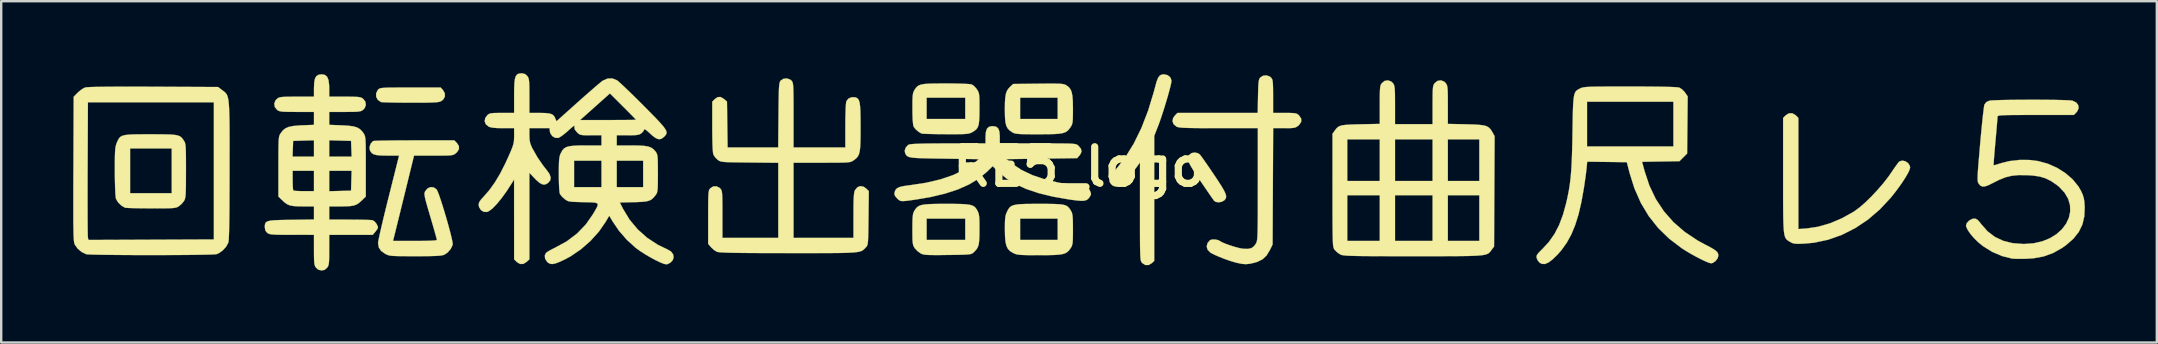
<source format=kicad_pcb>
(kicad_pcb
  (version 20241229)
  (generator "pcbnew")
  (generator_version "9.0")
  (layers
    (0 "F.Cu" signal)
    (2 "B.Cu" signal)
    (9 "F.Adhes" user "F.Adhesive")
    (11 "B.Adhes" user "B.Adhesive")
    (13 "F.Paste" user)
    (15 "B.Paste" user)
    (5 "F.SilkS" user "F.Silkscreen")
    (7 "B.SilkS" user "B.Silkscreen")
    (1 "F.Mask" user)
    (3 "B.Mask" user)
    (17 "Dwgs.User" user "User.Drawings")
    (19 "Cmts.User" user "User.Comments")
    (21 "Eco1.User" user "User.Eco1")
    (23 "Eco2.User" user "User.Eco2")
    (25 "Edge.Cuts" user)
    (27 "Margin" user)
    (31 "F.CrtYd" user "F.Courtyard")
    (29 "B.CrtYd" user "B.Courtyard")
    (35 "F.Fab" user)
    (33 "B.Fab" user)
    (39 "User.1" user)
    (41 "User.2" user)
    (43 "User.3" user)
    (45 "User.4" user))
  (footprint "RE5_logo"
    (layer "F.Cu")
    (at 41.909 3.899)
    (property "Reference" "RE5_logo" (at 0 0 0) (layer "F.SilkS") (effects (font (size 1.524 1.524) (thickness 0.3))))
    (attr through_hole)
    (fp_poly (pts (xy -26.508 -3.204) (xy -26.426 -3.066) (xy -26.422 -2.924) (xy -26.493 -2.799) (xy -26.588 -2.729) (xy -26.64 -2.71) (xy -26.719 -2.695) (xy -26.835 -2.684) (xy -26.998 -2.677) (xy -27.216 -2.672) (xy -27.499 -2.67) (xy -27.858 -2.67) (xy -27.864 -2.67) (xy -28.171 -2.672) (xy -28.452 -2.675) (xy -28.695 -2.679) (xy -28.889 -2.685) (xy -29.022 -2.691) (xy -29.082 -2.697) (xy -29.083 -2.697) (xy -29.213 -2.783) (xy -29.284 -2.911) (xy -29.289 -3.055) (xy -29.223 -3.193) (xy -29.208 -3.209) (xy -29.182 -3.236) (xy -29.15 -3.257) (xy -29.103 -3.273) (xy -29.033 -3.284) (xy -28.928 -3.292) (xy -28.781 -3.298) (xy -28.58 -3.3) (xy -28.317 -3.302) (xy -27.981 -3.302) (xy -27.861 -3.302) (xy -26.6 -3.302) (xy -26.508 -3.204)) (stroke (width 0.01) (type solid)) (fill yes) (layer "F.SilkS"))
    (fp_poly (pts (xy 4.957 -0.565) (xy 5.03 -0.516) (xy 5.075 -0.459) (xy 5.16 -0.343) (xy 5.275 -0.18) (xy 5.413 0.02) (xy 5.565 0.244) (xy 5.622 0.329) (xy 5.807 0.606) (xy 5.946 0.824) (xy 6.044 0.993) (xy 6.103 1.12) (xy 6.129 1.217) (xy 6.124 1.291) (xy 6.092 1.353) (xy 6.054 1.397) (xy 5.948 1.458) (xy 5.817 1.481) (xy 5.695 1.462) (xy 5.631 1.419) (xy 5.593 1.367) (xy 5.514 1.255) (xy 5.404 1.096) (xy 5.27 0.9) (xy 5.118 0.678) (xy 5.054 0.584) (xy 4.869 0.309) (xy 4.729 0.093) (xy 4.631 -0.074) (xy 4.569 -0.202) (xy 4.54 -0.3) (xy 4.54 -0.379) (xy 4.564 -0.447) (xy 4.596 -0.499) (xy 4.692 -0.571) (xy 4.824 -0.594) (xy 4.957 -0.565)) (stroke (width 0.01) (type solid)) (fill yes) (layer "F.SilkS"))
    (fp_poly (pts (xy 3.688 -3.819) (xy 3.799 -3.731) (xy 3.851 -3.607) (xy 3.852 -3.58) (xy 3.839 -3.489) (xy 3.804 -3.332) (xy 3.75 -3.127) (xy 3.682 -2.886) (xy 3.605 -2.627) (xy 3.523 -2.363) (xy 3.441 -2.111) (xy 3.364 -1.885) (xy 3.304 -1.724) (xy 3.133 -1.286) (xy 3.133 3.922) (xy 3.035 4.014) (xy 2.9 4.093) (xy 2.761 4.092) (xy 2.634 4.011) (xy 2.632 4.008) (xy 2.611 3.985) (xy 2.593 3.958) (xy 2.579 3.92) (xy 2.567 3.863) (xy 2.558 3.782) (xy 2.552 3.667) (xy 2.547 3.512) (xy 2.543 3.309) (xy 2.541 3.052) (xy 2.54 2.731) (xy 2.54 2.342) (xy 2.54 1.874) (xy 2.54 -0.182) (xy 2.407 0.004) (xy 2.264 0.193) (xy 2.108 0.38) (xy 1.955 0.549) (xy 1.817 0.685) (xy 1.71 0.772) (xy 1.686 0.787) (xy 1.542 0.829) (xy 1.415 0.791) (xy 1.334 0.72) (xy 1.274 0.629) (xy 1.265 0.532) (xy 1.308 0.415) (xy 1.409 0.266) (xy 1.53 0.121) (xy 1.926 -0.391) (xy 2.282 -0.968) (xy 2.599 -1.615) (xy 2.877 -2.332) (xy 3.118 -3.123) (xy 3.176 -3.344) (xy 3.237 -3.563) (xy 3.297 -3.711) (xy 3.365 -3.8) (xy 3.45 -3.843) (xy 3.541 -3.852) (xy 3.688 -3.819)) (stroke (width 0.01) (type solid)) (fill yes) (layer "F.SilkS"))
    (fp_poly (pts (xy -0.929 -3.464) (xy -0.789 -3.459) (xy -0.69 -3.449) (xy -0.619 -3.435) (xy -0.566 -3.415) (xy -0.526 -3.393) (xy -0.428 -3.32) (xy -0.356 -3.23) (xy -0.307 -3.11) (xy -0.275 -2.947) (xy -0.259 -2.727) (xy -0.254 -2.438) (xy -0.254 -2.406) (xy -0.255 -2.165) (xy -0.259 -1.992) (xy -0.268 -1.871) (xy -0.285 -1.786) (xy -0.312 -1.72) (xy -0.35 -1.656) (xy -0.357 -1.646) (xy -0.422 -1.558) (xy -0.489 -1.49) (xy -0.572 -1.439) (xy -0.679 -1.403) (xy -0.824 -1.379) (xy -1.016 -1.364) (xy -1.268 -1.357) (xy -1.589 -1.355) (xy -1.7 -1.355) (xy -2.01 -1.355) (xy -2.247 -1.358) (xy -2.424 -1.362) (xy -2.552 -1.371) (xy -2.643 -1.384) (xy -2.709 -1.402) (xy -2.761 -1.426) (xy -2.784 -1.439) (xy -2.897 -1.518) (xy -2.978 -1.606) (xy -3.034 -1.718) (xy -3.068 -1.869) (xy -3.085 -2.074) (xy -3.09 -2.346) (xy -3.09 -2.383) (xy -3.087 -2.666) (xy -3.074 -2.879) (xy -2.455 -2.879) (xy -2.455 -1.99) (xy -0.889 -1.99) (xy -0.889 -2.879) (xy -2.455 -2.879) (xy -3.074 -2.879) (xy -3.073 -2.88) (xy -3.047 -3.041) (xy -3.003 -3.163) (xy -2.939 -3.262) (xy -2.86 -3.344) (xy -2.745 -3.45) (xy -1.701 -3.462) (xy -1.374 -3.465) (xy -1.12 -3.466) (xy -0.929 -3.464)) (stroke (width 0.01) (type solid)) (fill yes) (layer "F.SilkS"))
    (fp_poly (pts (xy 29.855 -2.152) (xy 29.868 -2.14) (xy 29.972 -2.036) (xy 29.972 2.595) (xy 30.321 2.57) (xy 30.793 2.499) (xy 31.285 2.357) (xy 31.78 2.149) (xy 32.264 1.88) (xy 32.33 1.837) (xy 32.533 1.686) (xy 32.767 1.481) (xy 33.018 1.236) (xy 33.269 0.968) (xy 33.507 0.693) (xy 33.715 0.426) (xy 33.821 0.275) (xy 33.94 0.099) (xy 34.046 -0.051) (xy 34.127 -0.162) (xy 34.175 -0.218) (xy 34.179 -0.222) (xy 34.302 -0.257) (xy 34.433 -0.229) (xy 34.546 -0.151) (xy 34.617 -0.038) (xy 34.629 0.035) (xy 34.602 0.133) (xy 34.529 0.283) (xy 34.416 0.474) (xy 34.272 0.693) (xy 34.104 0.928) (xy 33.92 1.168) (xy 33.819 1.292) (xy 33.363 1.78) (xy 32.869 2.203) (xy 32.342 2.555) (xy 31.788 2.835) (xy 31.213 3.039) (xy 30.624 3.164) (xy 30.226 3.201) (xy 30.022 3.209) (xy 29.881 3.208) (xy 29.782 3.196) (xy 29.703 3.17) (xy 29.625 3.128) (xy 29.624 3.127) (xy 29.565 3.092) (xy 29.515 3.058) (xy 29.473 3.019) (xy 29.438 2.968) (xy 29.409 2.899) (xy 29.387 2.804) (xy 29.369 2.677) (xy 29.357 2.512) (xy 29.348 2.302) (xy 29.342 2.041) (xy 29.339 1.72) (xy 29.337 1.335) (xy 29.337 0.879) (xy 29.337 0.362) (xy 29.337 -2.036) (xy 29.441 -2.14) (xy 29.576 -2.227) (xy 29.718 -2.231) (xy 29.855 -2.152)) (stroke (width 0.01) (type solid)) (fill yes) (layer "F.SilkS"))
    (fp_poly (pts (xy -5.266 -3.47) (xy -5.005 -3.465) (xy -4.781 -3.458) (xy -4.607 -3.448) (xy -4.498 -3.437) (xy -4.472 -3.431) (xy -4.383 -3.372) (xy -4.287 -3.27) (xy -4.258 -3.231) (xy -4.216 -3.166) (xy -4.187 -3.103) (xy -4.167 -3.027) (xy -4.156 -2.922) (xy -4.15 -2.772) (xy -4.149 -2.561) (xy -4.149 -2.422) (xy -4.151 -2.136) (xy -4.161 -1.922) (xy -4.181 -1.764) (xy -4.218 -1.651) (xy -4.273 -1.567) (xy -4.352 -1.501) (xy -4.436 -1.449) (xy -4.495 -1.419) (xy -4.554 -1.395) (xy -4.628 -1.379) (xy -4.727 -1.368) (xy -4.864 -1.361) (xy -5.051 -1.358) (xy -5.301 -1.357) (xy -5.551 -1.358) (xy -5.829 -1.36) (xy -6.08 -1.364) (xy -6.292 -1.369) (xy -6.451 -1.375) (xy -6.544 -1.382) (xy -6.562 -1.385) (xy -6.685 -1.457) (xy -6.809 -1.564) (xy -6.888 -1.665) (xy -6.912 -1.756) (xy -6.929 -1.93) (xy -6.939 -2.184) (xy -6.941 -2.408) (xy -6.941 -2.661) (xy -6.937 -2.845) (xy -6.935 -2.879) (xy -6.35 -2.879) (xy -6.35 -1.99) (xy -4.741 -1.99) (xy -4.741 -2.879) (xy -6.35 -2.879) (xy -6.935 -2.879) (xy -6.928 -2.976) (xy -6.913 -3.068) (xy -6.889 -3.138) (xy -6.855 -3.201) (xy -6.854 -3.203) (xy -6.8 -3.283) (xy -6.743 -3.346) (xy -6.672 -3.393) (xy -6.577 -3.426) (xy -6.445 -3.449) (xy -6.267 -3.462) (xy -6.031 -3.469) (xy -5.726 -3.471) (xy -5.551 -3.471) (xy -5.266 -3.47)) (stroke (width 0.01) (type solid)) (fill yes) (layer "F.SilkS"))
    (fp_poly (pts (xy -1.309 1.546) (xy -1.042 1.55) (xy -0.838 1.559) (xy -0.686 1.576) (xy -0.574 1.603) (xy -0.493 1.643) (xy -0.431 1.698) (xy -0.376 1.77) (xy -0.337 1.833) (xy -0.304 1.896) (xy -0.282 1.97) (xy -0.267 2.072) (xy -0.258 2.216) (xy -0.255 2.418) (xy -0.254 2.608) (xy -0.255 2.857) (xy -0.259 3.036) (xy -0.267 3.163) (xy -0.283 3.252) (xy -0.307 3.319) (xy -0.342 3.379) (xy -0.35 3.391) (xy -0.415 3.48) (xy -0.484 3.549) (xy -0.569 3.6) (xy -0.681 3.637) (xy -0.831 3.661) (xy -1.03 3.675) (xy -1.291 3.681) (xy -1.623 3.683) (xy -1.651 3.683) (xy -1.954 3.682) (xy -2.186 3.68) (xy -2.359 3.675) (xy -2.486 3.666) (xy -2.579 3.652) (xy -2.653 3.632) (xy -2.719 3.605) (xy -2.746 3.591) (xy -2.87 3.517) (xy -2.96 3.425) (xy -3.023 3.302) (xy -3.062 3.135) (xy -3.083 2.91) (xy -3.089 2.615) (xy -3.089 2.606) (xy -3.088 2.369) (xy -3.081 2.198) (xy -3.077 2.159) (xy -2.455 2.159) (xy -2.455 3.048) (xy -0.889 3.048) (xy -0.889 2.159) (xy -2.455 2.159) (xy -3.077 2.159) (xy -3.067 2.072) (xy -3.043 1.975) (xy -3.006 1.886) (xy -3.001 1.875) (xy -2.951 1.778) (xy -2.898 1.703) (xy -2.831 1.645) (xy -2.74 1.604) (xy -2.615 1.576) (xy -2.445 1.558) (xy -2.22 1.549) (xy -1.928 1.546) (xy -1.649 1.545) (xy -1.309 1.546)) (stroke (width 0.01) (type solid)) (fill yes) (layer "F.SilkS"))
    (fp_poly (pts (xy -5.201 1.546) (xy -4.93 1.551) (xy -4.722 1.562) (xy -4.567 1.581) (xy -4.454 1.611) (xy -4.372 1.653) (xy -4.311 1.71) (xy -4.259 1.784) (xy -4.24 1.818) (xy -4.204 1.89) (xy -4.179 1.967) (xy -4.162 2.066) (xy -4.153 2.203) (xy -4.149 2.394) (xy -4.149 2.601) (xy -4.151 2.874) (xy -4.16 3.079) (xy -4.18 3.23) (xy -4.215 3.344) (xy -4.269 3.436) (xy -4.344 3.521) (xy -4.381 3.556) (xy -4.419 3.59) (xy -4.458 3.616) (xy -4.51 3.635) (xy -4.587 3.648) (xy -4.699 3.658) (xy -4.858 3.664) (xy -5.075 3.669) (xy -5.362 3.673) (xy -5.475 3.674) (xy -5.792 3.678) (xy -6.036 3.678) (xy -6.219 3.676) (xy -6.353 3.67) (xy -6.449 3.659) (xy -6.52 3.643) (xy -6.576 3.62) (xy -6.604 3.606) (xy -6.731 3.514) (xy -6.84 3.397) (xy -6.847 3.387) (xy -6.884 3.327) (xy -6.91 3.263) (xy -6.927 3.18) (xy -6.937 3.061) (xy -6.941 2.892) (xy -6.943 2.657) (xy -6.943 2.608) (xy -6.941 2.354) (xy -6.936 2.17) (xy -6.936 2.159) (xy -6.35 2.159) (xy -6.35 3.048) (xy -4.741 3.048) (xy -4.741 2.159) (xy -6.35 2.159) (xy -6.936 2.159) (xy -6.926 2.04) (xy -6.91 1.948) (xy -6.884 1.878) (xy -6.86 1.833) (xy -6.802 1.746) (xy -6.74 1.679) (xy -6.662 1.629) (xy -6.558 1.593) (xy -6.416 1.569) (xy -6.226 1.555) (xy -5.976 1.547) (xy -5.656 1.545) (xy -5.546 1.545) (xy -5.201 1.546)) (stroke (width 0.01) (type solid)) (fill yes) (layer "F.SilkS"))
    (fp_poly (pts (xy -38.684 -1.354) (xy -38.332 -1.353) (xy -38.054 -1.35) (xy -37.84 -1.343) (xy -37.679 -1.329) (xy -37.56 -1.307) (xy -37.474 -1.276) (xy -37.41 -1.232) (xy -37.358 -1.175) (xy -37.308 -1.104) (xy -37.279 -1.059) (xy -37.256 -1.012) (xy -37.239 -0.952) (xy -37.227 -0.869) (xy -37.219 -0.752) (xy -37.214 -0.59) (xy -37.212 -0.373) (xy -37.211 -0.09) (xy -37.211 0.165) (xy -37.212 0.506) (xy -37.213 0.772) (xy -37.217 0.975) (xy -37.223 1.126) (xy -37.232 1.235) (xy -37.246 1.313) (xy -37.264 1.37) (xy -37.288 1.417) (xy -37.295 1.429) (xy -37.393 1.549) (xy -37.513 1.648) (xy -37.518 1.651) (xy -37.566 1.678) (xy -37.622 1.698) (xy -37.697 1.713) (xy -37.801 1.723) (xy -37.947 1.729) (xy -38.145 1.732) (xy -38.407 1.733) (xy -38.672 1.732) (xy -38.959 1.73) (xy -39.22 1.727) (xy -39.443 1.722) (xy -39.614 1.716) (xy -39.721 1.709) (xy -39.751 1.705) (xy -39.904 1.615) (xy -40.037 1.485) (xy -40.123 1.343) (xy -40.131 1.318) (xy -40.143 1.232) (xy -40.154 1.076) (xy -40.163 0.863) (xy -40.17 0.609) (xy -40.174 0.327) (xy -40.174 0.177) (xy -40.174 -0.141) (xy -40.172 -0.387) (xy -40.167 -0.573) (xy -40.159 -0.712) (xy -40.153 -0.762) (xy -39.539 -0.762) (xy -39.539 1.101) (xy -37.804 1.101) (xy -37.804 -0.762) (xy -39.539 -0.762) (xy -40.153 -0.762) (xy -40.146 -0.817) (xy -40.128 -0.899) (xy -40.104 -0.972) (xy -40.084 -1.021) (xy -40.04 -1.116) (xy -39.996 -1.191) (xy -39.94 -1.249) (xy -39.863 -1.291) (xy -39.754 -1.32) (xy -39.604 -1.339) (xy -39.402 -1.349) (xy -39.138 -1.353) (xy -38.803 -1.354) (xy -38.684 -1.354)) (stroke (width 0.01) (type solid)) (fill yes) (layer "F.SilkS"))
    (fp_poly (pts (xy -39.177 -3.338) (xy -38.562 -3.336) (xy -35.871 -3.323) (xy -35.711 -3.201) (xy -35.651 -3.156) (xy -35.599 -3.115) (xy -35.554 -3.071) (xy -35.516 -3.019) (xy -35.485 -2.952) (xy -35.46 -2.865) (xy -35.439 -2.751) (xy -35.424 -2.604) (xy -35.412 -2.418) (xy -35.404 -2.187) (xy -35.398 -1.905) (xy -35.395 -1.565) (xy -35.394 -1.162) (xy -35.394 -0.69) (xy -35.395 -0.142) (xy -35.395 0.148) (xy -35.396 0.762) (xy -35.398 1.295) (xy -35.4 1.752) (xy -35.404 2.138) (xy -35.409 2.455) (xy -35.415 2.709) (xy -35.422 2.903) (xy -35.43 3.043) (xy -35.44 3.132) (xy -35.448 3.167) (xy -35.54 3.332) (xy -35.679 3.485) (xy -35.839 3.6) (xy -35.936 3.64) (xy -36.007 3.648) (xy -36.153 3.655) (xy -36.366 3.661) (xy -36.636 3.666) (xy -36.954 3.671) (xy -37.31 3.674) (xy -37.697 3.677) (xy -38.105 3.678) (xy -38.525 3.679) (xy -38.948 3.679) (xy -39.364 3.678) (xy -39.765 3.676) (xy -40.141 3.673) (xy -40.484 3.669) (xy -40.784 3.665) (xy -41.033 3.659) (xy -41.22 3.653) (xy -41.338 3.645) (xy -41.373 3.64) (xy -41.555 3.552) (xy -41.721 3.413) (xy -41.838 3.251) (xy -41.841 3.243) (xy -41.855 3.209) (xy -41.867 3.163) (xy -41.876 3.1) (xy -41.885 3.013) (xy -41.891 2.896) (xy -41.896 2.744) (xy -41.9 2.55) (xy -41.903 2.309) (xy -41.904 2.014) (xy -41.904 1.659) (xy -41.904 1.445) (xy -41.311 1.445) (xy -41.31 1.832) (xy -41.309 2.174) (xy -41.307 2.463) (xy -41.305 2.692) (xy -41.301 2.854) (xy -41.298 2.941) (xy -41.296 2.953) (xy -41.273 3.049) (xy -36.047 3.027) (xy -36.047 -2.688) (xy -41.296 -2.688) (xy -41.308 0.085) (xy -41.31 0.564) (xy -41.31 1.02) (xy -41.311 1.445) (xy -41.904 1.445) (xy -41.904 1.238) (xy -41.903 0.746) (xy -41.901 0.176) (xy -41.9 0.089) (xy -41.889 -2.917) (xy -41.72 -3.09) (xy -41.597 -3.196) (xy -41.468 -3.278) (xy -41.403 -3.305) (xy -41.324 -3.315) (xy -41.163 -3.323) (xy -40.921 -3.33) (xy -40.6 -3.334) (xy -40.201 -3.337) (xy -39.726 -3.339) (xy -39.177 -3.338)) (stroke (width 0.01) (type solid)) (fill yes) (layer "F.SilkS"))
    (fp_poly (pts (xy 7.95 -3.759) (xy 7.999 -3.717) (xy 8.032 -3.677) (xy 8.055 -3.626) (xy 8.07 -3.551) (xy 8.079 -3.438) (xy 8.084 -3.273) (xy 8.086 -3.043) (xy 8.086 -2.934) (xy 8.086 -2.244) (xy 8.574 -2.244) (xy 8.786 -2.243) (xy 8.931 -2.237) (xy 9.027 -2.225) (xy 9.09 -2.202) (xy 9.14 -2.165) (xy 9.167 -2.14) (xy 9.255 -2.009) (xy 9.259 -1.879) (xy 9.178 -1.752) (xy 9.141 -1.718) (xy 9.078 -1.67) (xy 9.014 -1.638) (xy 8.93 -1.62) (xy 8.807 -1.611) (xy 8.624 -1.609) (xy 8.55 -1.609) (xy 8.089 -1.609) (xy 8.077 0.815) (xy 8.065 3.239) (xy 7.945 3.482) (xy 7.81 3.701) (xy 7.645 3.855) (xy 7.429 3.961) (xy 7.303 3.999) (xy 7.112 4.042) (xy 6.95 4.057) (xy 6.786 4.045) (xy 6.587 4.004) (xy 6.493 3.98) (xy 6.293 3.92) (xy 6.068 3.841) (xy 5.844 3.753) (xy 5.644 3.665) (xy 5.495 3.589) (xy 5.47 3.573) (xy 5.357 3.457) (xy 5.319 3.32) (xy 5.355 3.178) (xy 5.457 3.058) (xy 5.545 3.03) (xy 5.67 3.03) (xy 5.794 3.055) (xy 5.863 3.09) (xy 5.956 3.144) (xy 6.108 3.209) (xy 6.295 3.276) (xy 6.492 3.338) (xy 6.676 3.387) (xy 6.823 3.414) (xy 6.836 3.415) (xy 7.038 3.422) (xy 7.182 3.39) (xy 7.29 3.311) (xy 7.368 3.204) (xy 7.386 3.172) (xy 7.401 3.134) (xy 7.413 3.083) (xy 7.424 3.012) (xy 7.432 2.914) (xy 7.438 2.783) (xy 7.443 2.611) (xy 7.446 2.391) (xy 7.448 2.116) (xy 7.45 1.78) (xy 7.45 1.375) (xy 7.45 0.895) (xy 7.451 0.73) (xy 7.451 -1.609) (xy 5.819 -1.609) (xy 5.39 -1.609) (xy 5.037 -1.611) (xy 4.754 -1.614) (xy 4.531 -1.619) (xy 4.361 -1.625) (xy 4.237 -1.634) (xy 4.15 -1.646) (xy 4.091 -1.66) (xy 4.067 -1.671) (xy 3.943 -1.772) (xy 3.894 -1.9) (xy 3.924 -2.039) (xy 3.999 -2.14) (xy 4.102 -2.244) (xy 7.445 -2.244) (xy 7.458 -2.938) (xy 7.464 -3.2) (xy 7.472 -3.392) (xy 7.483 -3.526) (xy 7.498 -3.616) (xy 7.52 -3.676) (xy 7.55 -3.718) (xy 7.552 -3.721) (xy 7.671 -3.795) (xy 7.814 -3.807) (xy 7.95 -3.759)) (stroke (width 0.01) (type solid)) (fill yes) (layer "F.SilkS"))
    (fp_poly (pts (xy -25.927 -0.997) (xy -25.839 -0.866) (xy -25.836 -0.736) (xy -25.917 -0.609) (xy -25.954 -0.575) (xy -26 -0.537) (xy -26.047 -0.509) (xy -26.105 -0.49) (xy -26.189 -0.477) (xy -26.311 -0.47) (xy -26.485 -0.467) (xy -26.722 -0.466) (xy -26.896 -0.466) (xy -27.708 -0.466) (xy -28.121 1.217) (xy -28.212 1.585) (xy -28.296 1.929) (xy -28.373 2.241) (xy -28.44 2.512) (xy -28.494 2.731) (xy -28.534 2.891) (xy -28.556 2.981) (xy -28.56 2.995) (xy -28.585 3.09) (xy -27.67 3.09) (xy -27.333 3.088) (xy -27.07 3.083) (xy -26.885 3.073) (xy -26.78 3.06) (xy -26.755 3.047) (xy -26.766 2.996) (xy -26.799 2.875) (xy -26.849 2.698) (xy -26.912 2.475) (xy -26.987 2.22) (xy -27.03 2.072) (xy -27.119 1.773) (xy -27.185 1.543) (xy -27.231 1.372) (xy -27.259 1.248) (xy -27.271 1.162) (xy -27.271 1.101) (xy -27.259 1.054) (xy -27.244 1.02) (xy -27.143 0.9) (xy -27.015 0.846) (xy -26.88 0.863) (xy -26.769 0.942) (xy -26.731 1.013) (xy -26.676 1.151) (xy -26.609 1.343) (xy -26.533 1.575) (xy -26.453 1.834) (xy -26.372 2.106) (xy -26.295 2.377) (xy -26.225 2.634) (xy -26.166 2.864) (xy -26.123 3.053) (xy -26.099 3.186) (xy -26.097 3.248) (xy -26.177 3.42) (xy -26.31 3.573) (xy -26.44 3.66) (xy -26.498 3.681) (xy -26.58 3.697) (xy -26.697 3.709) (xy -26.858 3.717) (xy -27.075 3.722) (xy -27.358 3.725) (xy -27.651 3.725) (xy -27.981 3.725) (xy -28.237 3.724) (xy -28.432 3.72) (xy -28.577 3.714) (xy -28.683 3.704) (xy -28.761 3.689) (xy -28.823 3.668) (xy -28.881 3.641) (xy -28.909 3.627) (xy -29.08 3.506) (xy -29.176 3.362) (xy -29.207 3.18) (xy -29.207 3.175) (xy -29.197 3.103) (xy -29.168 2.958) (xy -29.123 2.75) (xy -29.063 2.489) (xy -28.991 2.183) (xy -28.908 1.841) (xy -28.818 1.474) (xy -28.769 1.281) (xy -28.331 -0.466) (xy -28.825 -0.466) (xy -29.078 -0.47) (xy -29.262 -0.487) (xy -29.389 -0.52) (xy -29.474 -0.575) (xy -29.53 -0.656) (xy -29.551 -0.705) (xy -29.56 -0.826) (xy -29.518 -0.954) (xy -29.439 -1.051) (xy -29.399 -1.074) (xy -29.342 -1.08) (xy -29.211 -1.086) (xy -29.014 -1.09) (xy -28.761 -1.094) (xy -28.462 -1.098) (xy -28.126 -1.1) (xy -27.763 -1.101) (xy -27.681 -1.101) (xy -26.031 -1.101) (xy -25.927 -0.997)) (stroke (width 0.01) (type solid)) (fill yes) (layer "F.SilkS"))
    (fp_poly (pts (xy -3.462 -1.673) (xy -3.372 -1.604) (xy -3.321 -1.478) (xy -3.302 -1.282) (xy -3.302 -1.239) (xy -3.302 -0.974) (xy -1.717 -0.974) (xy -1.309 -0.974) (xy -0.977 -0.973) (xy -0.713 -0.971) (xy -0.509 -0.969) (xy -0.354 -0.964) (xy -0.242 -0.956) (xy -0.164 -0.946) (xy -0.11 -0.933) (xy -0.073 -0.915) (xy -0.044 -0.894) (xy -0.027 -0.878) (xy 0.08 -0.752) (xy 0.105 -0.632) (xy 0.05 -0.51) (xy 0.026 -0.48) (xy -0.077 -0.36) (xy -3.027 -0.318) (xy -2.778 -0.12) (xy -2.4 0.131) (xy -1.949 0.346) (xy -1.428 0.524) (xy -0.842 0.663) (xy -0.212 0.76) (xy 0.021 0.788) (xy 0.184 0.812) (xy 0.293 0.837) (xy 0.362 0.868) (xy 0.406 0.91) (xy 0.44 0.968) (xy 0.452 0.993) (xy 0.494 1.094) (xy 0.495 1.163) (xy 0.453 1.241) (xy 0.449 1.248) (xy 0.39 1.327) (xy 0.324 1.38) (xy 0.237 1.41) (xy 0.114 1.419) (xy -0.057 1.408) (xy -0.29 1.379) (xy -0.429 1.359) (xy -1.09 1.243) (xy -1.676 1.1) (xy -2.19 0.928) (xy -2.637 0.725) (xy -3.021 0.49) (xy -3.346 0.22) (xy -3.353 0.213) (xy -3.598 -0.025) (xy -3.843 0.213) (xy -4.178 0.491) (xy -4.578 0.733) (xy -5.044 0.942) (xy -5.58 1.117) (xy -6.19 1.262) (xy -6.745 1.357) (xy -7 1.394) (xy -7.185 1.419) (xy -7.316 1.43) (xy -7.405 1.427) (xy -7.468 1.409) (xy -7.518 1.376) (xy -7.571 1.326) (xy -7.585 1.311) (xy -7.668 1.213) (xy -7.694 1.129) (xy -7.686 1.068) (xy -7.651 0.971) (xy -7.59 0.9) (xy -7.489 0.848) (xy -7.335 0.809) (xy -7.113 0.776) (xy -7.043 0.768) (xy -6.373 0.666) (xy -5.773 0.525) (xy -5.244 0.345) (xy -4.788 0.126) (xy -4.419 -0.12) (xy -4.17 -0.318) (xy -5.613 -0.339) (xy -6.012 -0.345) (xy -6.336 -0.351) (xy -6.592 -0.358) (xy -6.789 -0.367) (xy -6.937 -0.38) (xy -7.043 -0.398) (xy -7.117 -0.422) (xy -7.168 -0.452) (xy -7.204 -0.491) (xy -7.233 -0.54) (xy -7.245 -0.561) (xy -7.263 -0.675) (xy -7.221 -0.798) (xy -7.132 -0.898) (xy -7.086 -0.926) (xy -7.015 -0.94) (xy -6.872 -0.952) (xy -6.654 -0.961) (xy -6.358 -0.968) (xy -5.982 -0.972) (xy -5.525 -0.974) (xy -5.438 -0.974) (xy -3.895 -0.974) (xy -3.895 -1.239) (xy -3.881 -1.448) (xy -3.837 -1.586) (xy -3.754 -1.664) (xy -3.626 -1.693) (xy -3.598 -1.693) (xy -3.462 -1.673)) (stroke (width 0.01) (type solid)) (fill yes) (layer "F.SilkS"))
    (fp_poly (pts (xy 23.483 -3.343) (xy 23.935 -3.34) (xy 24.31 -3.335) (xy 24.608 -3.328) (xy 24.826 -3.319) (xy 24.963 -3.308) (xy 25.009 -3.299) (xy 25.114 -3.236) (xy 25.22 -3.132) (xy 25.25 -3.093) (xy 25.361 -2.932) (xy 25.349 -1.742) (xy 25.337 -0.552) (xy 25.177 -0.392) (xy 25.018 -0.233) (xy 24.239 -0.22) (xy 23.46 -0.207) (xy 23.562 0.173) (xy 23.765 0.785) (xy 24.032 1.344) (xy 24.366 1.85) (xy 24.766 2.306) (xy 25.235 2.712) (xy 25.773 3.071) (xy 26.075 3.235) (xy 26.295 3.35) (xy 26.45 3.439) (xy 26.55 3.512) (xy 26.608 3.577) (xy 26.633 3.645) (xy 26.638 3.713) (xy 26.603 3.823) (xy 26.518 3.93) (xy 26.409 4.005) (xy 26.336 4.022) (xy 26.25 4.001) (xy 26.107 3.943) (xy 25.924 3.857) (xy 25.717 3.75) (xy 25.501 3.631) (xy 25.291 3.507) (xy 25.116 3.395) (xy 24.589 2.995) (xy 24.13 2.549) (xy 23.738 2.054) (xy 23.41 1.507) (xy 23.143 0.903) (xy 22.935 0.241) (xy 22.928 0.21) (xy 22.826 -0.191) (xy 22 -0.202) (xy 21.174 -0.213) (xy 21.146 0.073) (xy 21.128 0.232) (xy 21.1 0.445) (xy 21.066 0.683) (xy 21.035 0.889) (xy 20.931 1.474) (xy 20.812 1.984) (xy 20.673 2.429) (xy 20.512 2.817) (xy 20.325 3.159) (xy 20.108 3.464) (xy 19.946 3.65) (xy 19.736 3.855) (xy 19.56 3.988) (xy 19.411 4.051) (xy 19.283 4.046) (xy 19.183 3.99) (xy 19.106 3.891) (xy 19.068 3.799) (xy 19.062 3.736) (xy 19.081 3.674) (xy 19.138 3.597) (xy 19.242 3.489) (xy 19.315 3.418) (xy 19.586 3.122) (xy 19.814 2.795) (xy 20.006 2.422) (xy 20.167 1.991) (xy 20.299 1.511) (xy 20.358 1.249) (xy 20.408 0.998) (xy 20.448 0.745) (xy 20.481 0.478) (xy 20.506 0.186) (xy 20.526 -0.143) (xy 20.541 -0.523) (xy 20.553 -0.964) (xy 20.561 -1.418) (xy 20.568 -1.841) (xy 20.574 -2.188) (xy 20.583 -2.468) (xy 20.594 -2.687) (xy 20.596 -2.709) (xy 21.167 -2.709) (xy 21.167 -0.847) (xy 24.765 -0.847) (xy 24.765 -2.709) (xy 21.167 -2.709) (xy 20.596 -2.709) (xy 20.61 -2.855) (xy 20.631 -2.981) (xy 20.659 -3.072) (xy 20.696 -3.138) (xy 20.743 -3.185) (xy 20.801 -3.223) (xy 20.87 -3.259) (xy 20.912 -3.279) (xy 20.959 -3.296) (xy 21.018 -3.31) (xy 21.098 -3.32) (xy 21.206 -3.329) (xy 21.349 -3.335) (xy 21.537 -3.339) (xy 21.777 -3.342) (xy 22.076 -3.343) (xy 22.443 -3.344) (xy 22.885 -3.344) (xy 22.958 -3.344) (xy 23.483 -3.343)) (stroke (width 0.01) (type solid)) (fill yes) (layer "F.SilkS"))
    (fp_poly (pts (xy 15.213 -3.55) (xy 15.279 -3.487) (xy 15.31 -3.442) (xy 15.333 -3.39) (xy 15.348 -3.317) (xy 15.359 -3.21) (xy 15.364 -3.056) (xy 15.367 -2.843) (xy 15.367 -2.581) (xy 15.367 -1.786) (xy 16.118 -1.771) (xy 16.427 -1.762) (xy 16.662 -1.749) (xy 16.839 -1.728) (xy 16.968 -1.695) (xy 17.062 -1.646) (xy 17.135 -1.577) (xy 17.198 -1.486) (xy 17.221 -1.446) (xy 17.316 -1.276) (xy 17.293 3.323) (xy 17.191 3.459) (xy 17.154 3.51) (xy 17.119 3.553) (xy 17.081 3.591) (xy 17.033 3.622) (xy 16.969 3.648) (xy 16.883 3.67) (xy 16.77 3.687) (xy 16.622 3.7) (xy 16.435 3.71) (xy 16.201 3.717) (xy 15.916 3.721) (xy 15.572 3.724) (xy 15.163 3.725) (xy 14.684 3.725) (xy 14.129 3.725) (xy 13.921 3.725) (xy 13.353 3.725) (xy 12.863 3.725) (xy 12.445 3.724) (xy 12.094 3.722) (xy 11.802 3.72) (xy 11.565 3.716) (xy 11.375 3.712) (xy 11.226 3.706) (xy 11.112 3.699) (xy 11.028 3.69) (xy 10.966 3.68) (xy 10.921 3.668) (xy 10.887 3.653) (xy 10.883 3.651) (xy 10.759 3.567) (xy 10.655 3.464) (xy 10.65 3.458) (xy 10.631 3.43) (xy 10.615 3.399) (xy 10.602 3.356) (xy 10.591 3.296) (xy 10.582 3.211) (xy 10.576 3.094) (xy 10.571 2.939) (xy 10.567 2.738) (xy 10.565 2.485) (xy 10.563 2.173) (xy 10.562 1.795) (xy 10.562 1.343) (xy 10.562 1.185) (xy 11.176 1.185) (xy 11.176 3.09) (xy 12.531 3.09) (xy 12.531 1.185) (xy 13.166 1.185) (xy 13.166 3.09) (xy 14.732 3.09) (xy 14.732 1.185) (xy 15.367 1.185) (xy 15.367 3.09) (xy 16.679 3.09) (xy 16.679 1.185) (xy 15.367 1.185) (xy 14.732 1.185) (xy 13.166 1.185) (xy 12.531 1.185) (xy 11.176 1.185) (xy 10.562 1.185) (xy 10.562 0.981) (xy 10.562 -1.143) (xy 11.176 -1.143) (xy 11.176 0.593) (xy 12.531 0.593) (xy 12.531 -1.143) (xy 13.166 -1.143) (xy 13.166 0.593) (xy 14.732 0.593) (xy 14.732 -1.143) (xy 15.367 -1.143) (xy 15.367 0.593) (xy 16.679 0.593) (xy 16.679 -1.143) (xy 15.367 -1.143) (xy 14.732 -1.143) (xy 13.166 -1.143) (xy 12.531 -1.143) (xy 11.176 -1.143) (xy 10.562 -1.143) (xy 10.562 -1.376) (xy 10.66 -1.514) (xy 10.721 -1.593) (xy 10.783 -1.652) (xy 10.86 -1.696) (xy 10.964 -1.726) (xy 11.107 -1.746) (xy 11.303 -1.758) (xy 11.564 -1.767) (xy 11.737 -1.771) (xy 12.531 -1.787) (xy 12.531 -2.581) (xy 12.531 -2.861) (xy 12.534 -3.07) (xy 12.54 -3.219) (xy 12.55 -3.323) (xy 12.566 -3.394) (xy 12.59 -3.446) (xy 12.618 -3.487) (xy 12.738 -3.58) (xy 12.877 -3.601) (xy 13.012 -3.55) (xy 13.078 -3.487) (xy 13.109 -3.442) (xy 13.131 -3.39) (xy 13.147 -3.317) (xy 13.157 -3.211) (xy 13.163 -3.058) (xy 13.165 -2.845) (xy 13.166 -2.577) (xy 13.166 -1.778) (xy 14.732 -1.778) (xy 14.732 -2.577) (xy 14.733 -2.858) (xy 14.735 -3.067) (xy 14.741 -3.217) (xy 14.751 -3.322) (xy 14.767 -3.393) (xy 14.79 -3.445) (xy 14.82 -3.487) (xy 14.939 -3.58) (xy 15.079 -3.601) (xy 15.213 -3.55)) (stroke (width 0.01) (type solid)) (fill yes) (layer "F.SilkS"))
    (fp_poly (pts (xy 39.953 -2.793) (xy 40.285 -2.791) (xy 40.595 -2.788) (xy 40.871 -2.782) (xy 41.102 -2.775) (xy 41.276 -2.767) (xy 41.38 -2.757) (xy 41.396 -2.753) (xy 41.549 -2.678) (xy 41.635 -2.567) (xy 41.649 -2.436) (xy 41.587 -2.302) (xy 41.552 -2.263) (xy 41.448 -2.159) (xy 39.859 -2.159) (xy 39.45 -2.159) (xy 39.118 -2.158) (xy 38.855 -2.156) (xy 38.653 -2.153) (xy 38.503 -2.148) (xy 38.398 -2.141) (xy 38.331 -2.132) (xy 38.292 -2.119) (xy 38.274 -2.103) (xy 38.269 -2.084) (xy 38.269 -2.08) (xy 38.266 -2.016) (xy 38.255 -1.881) (xy 38.239 -1.688) (xy 38.219 -1.45) (xy 38.195 -1.181) (xy 38.182 -1.038) (xy 38.158 -0.763) (xy 38.137 -0.517) (xy 38.121 -0.312) (xy 38.111 -0.162) (xy 38.107 -0.077) (xy 38.108 -0.063) (xy 38.151 -0.069) (xy 38.254 -0.098) (xy 38.397 -0.143) (xy 38.433 -0.155) (xy 38.786 -0.241) (xy 39.182 -0.285) (xy 39.589 -0.284) (xy 39.962 -0.238) (xy 40.366 -0.128) (xy 40.748 0.042) (xy 41.097 0.262) (xy 41.398 0.522) (xy 41.637 0.813) (xy 41.749 1.006) (xy 41.819 1.159) (xy 41.862 1.295) (xy 41.887 1.447) (xy 41.901 1.646) (xy 41.903 1.674) (xy 41.888 2.058) (xy 41.808 2.402) (xy 41.657 2.713) (xy 41.431 2.998) (xy 41.127 3.264) (xy 40.942 3.393) (xy 40.576 3.597) (xy 40.195 3.735) (xy 39.779 3.812) (xy 39.476 3.832) (xy 39.272 3.836) (xy 39.087 3.835) (xy 38.946 3.831) (xy 38.883 3.826) (xy 38.462 3.721) (xy 38.048 3.545) (xy 37.666 3.307) (xy 37.461 3.14) (xy 37.286 2.967) (xy 37.137 2.791) (xy 37.027 2.63) (xy 36.966 2.497) (xy 36.957 2.445) (xy 36.994 2.341) (xy 37.086 2.243) (xy 37.206 2.176) (xy 37.292 2.159) (xy 37.373 2.171) (xy 37.447 2.219) (xy 37.535 2.316) (xy 37.588 2.387) (xy 37.855 2.689) (xy 38.158 2.92) (xy 38.503 3.084) (xy 38.896 3.182) (xy 39.343 3.217) (xy 39.38 3.217) (xy 39.778 3.188) (xy 40.138 3.105) (xy 40.457 2.975) (xy 40.731 2.805) (xy 40.956 2.602) (xy 41.128 2.373) (xy 41.244 2.125) (xy 41.299 1.865) (xy 41.291 1.599) (xy 41.214 1.335) (xy 41.065 1.079) (xy 40.841 0.839) (xy 40.738 0.756) (xy 40.504 0.596) (xy 40.278 0.483) (xy 40.036 0.409) (xy 39.754 0.366) (xy 39.496 0.349) (xy 39.157 0.346) (xy 38.871 0.373) (xy 38.609 0.436) (xy 38.342 0.542) (xy 38.105 0.661) (xy 37.899 0.764) (xy 37.748 0.818) (xy 37.636 0.823) (xy 37.55 0.78) (xy 37.482 0.698) (xy 37.464 0.665) (xy 37.451 0.624) (xy 37.443 0.564) (xy 37.441 0.478) (xy 37.444 0.356) (xy 37.453 0.19) (xy 37.469 -0.028) (xy 37.492 -0.307) (xy 37.522 -0.656) (xy 37.546 -0.942) (xy 37.578 -1.298) (xy 37.61 -1.632) (xy 37.64 -1.932) (xy 37.668 -2.189) (xy 37.693 -2.391) (xy 37.712 -2.53) (xy 37.725 -2.592) (xy 37.803 -2.695) (xy 37.925 -2.751) (xy 38.007 -2.762) (xy 38.162 -2.771) (xy 38.377 -2.779) (xy 38.641 -2.785) (xy 38.943 -2.789) (xy 39.27 -2.792) (xy 39.61 -2.793) (xy 39.953 -2.793)) (stroke (width 0.01) (type solid)) (fill yes) (layer "F.SilkS"))
    (fp_poly (pts (xy -12.032 -3.632) (xy -11.982 -3.59) (xy -11.958 -3.562) (xy -11.939 -3.526) (xy -11.924 -3.474) (xy -11.913 -3.397) (xy -11.906 -3.285) (xy -11.901 -3.129) (xy -11.898 -2.92) (xy -11.896 -2.648) (xy -11.896 -2.305) (xy -11.896 -2.151) (xy -11.896 -0.804) (xy -9.737 -0.804) (xy -9.737 -1.712) (xy -9.735 -1.987) (xy -9.729 -2.239) (xy -9.721 -2.454) (xy -9.711 -2.617) (xy -9.699 -2.714) (xy -9.695 -2.729) (xy -9.613 -2.836) (xy -9.483 -2.896) (xy -9.335 -2.896) (xy -9.33 -2.895) (xy -9.263 -2.871) (xy -9.21 -2.831) (xy -9.17 -2.764) (xy -9.141 -2.663) (xy -9.122 -2.516) (xy -9.11 -2.315) (xy -9.104 -2.05) (xy -9.102 -1.711) (xy -9.102 -1.642) (xy -9.103 -1.293) (xy -9.108 -1.017) (xy -9.119 -0.805) (xy -9.139 -0.644) (xy -9.17 -0.523) (xy -9.214 -0.433) (xy -9.274 -0.361) (xy -9.353 -0.296) (xy -9.398 -0.265) (xy -9.442 -0.237) (xy -9.487 -0.215) (xy -9.546 -0.198) (xy -9.628 -0.186) (xy -9.743 -0.178) (xy -9.902 -0.173) (xy -10.115 -0.171) (xy -10.393 -0.17) (xy -10.717 -0.169) (xy -11.896 -0.169) (xy -11.896 2.963) (xy -9.398 2.963) (xy -9.398 2.03) (xy -9.397 1.705) (xy -9.393 1.453) (xy -9.386 1.266) (xy -9.374 1.131) (xy -9.358 1.039) (xy -9.337 0.978) (xy -9.336 0.977) (xy -9.234 0.852) (xy -9.107 0.804) (xy -8.968 0.834) (xy -8.865 0.91) (xy -8.759 1.016) (xy -8.772 2.135) (xy -8.776 2.471) (xy -8.78 2.733) (xy -8.785 2.932) (xy -8.792 3.077) (xy -8.802 3.179) (xy -8.815 3.248) (xy -8.834 3.296) (xy -8.859 3.331) (xy -8.885 3.36) (xy -8.927 3.406) (xy -8.967 3.445) (xy -9.01 3.479) (xy -9.063 3.507) (xy -9.132 3.531) (xy -9.223 3.55) (xy -9.343 3.565) (xy -9.496 3.576) (xy -9.691 3.585) (xy -9.932 3.591) (xy -10.226 3.594) (xy -10.58 3.596) (xy -10.999 3.597) (xy -11.49 3.597) (xy -12.059 3.597) (xy -12.114 3.597) (xy -12.699 3.596) (xy -13.205 3.595) (xy -13.638 3.593) (xy -14.002 3.59) (xy -14.303 3.586) (xy -14.547 3.581) (xy -14.739 3.575) (xy -14.885 3.568) (xy -14.989 3.559) (xy -15.058 3.549) (xy -15.094 3.539) (xy -15.207 3.468) (xy -15.32 3.366) (xy -15.337 3.347) (xy -15.452 3.211) (xy -15.452 2.1) (xy -15.451 1.764) (xy -15.45 1.502) (xy -15.447 1.304) (xy -15.441 1.16) (xy -15.432 1.059) (xy -15.419 0.99) (xy -15.401 0.944) (xy -15.377 0.91) (xy -15.365 0.897) (xy -15.242 0.819) (xy -15.102 0.814) (xy -14.971 0.882) (xy -14.951 0.902) (xy -14.922 0.937) (xy -14.899 0.977) (xy -14.883 1.034) (xy -14.872 1.119) (xy -14.865 1.243) (xy -14.861 1.418) (xy -14.859 1.655) (xy -14.859 1.964) (xy -14.859 2.963) (xy -12.531 2.963) (xy -12.531 -0.166) (xy -13.727 -0.178) (xy -14.076 -0.182) (xy -14.351 -0.186) (xy -14.561 -0.19) (xy -14.718 -0.197) (xy -14.831 -0.206) (xy -14.911 -0.219) (xy -14.967 -0.236) (xy -15.011 -0.259) (xy -15.052 -0.288) (xy -15.058 -0.292) (xy -15.16 -0.392) (xy -15.232 -0.505) (xy -15.238 -0.521) (xy -15.252 -0.603) (xy -15.264 -0.76) (xy -15.273 -0.98) (xy -15.279 -1.252) (xy -15.282 -1.566) (xy -15.282 -1.68) (xy -15.282 -2.713) (xy -15.178 -2.817) (xy -15.057 -2.903) (xy -14.936 -2.908) (xy -14.803 -2.832) (xy -14.787 -2.819) (xy -14.668 -2.717) (xy -14.656 -1.761) (xy -14.643 -0.804) (xy -12.534 -0.804) (xy -12.522 -2.155) (xy -12.518 -2.53) (xy -12.514 -2.83) (xy -12.509 -3.064) (xy -12.503 -3.241) (xy -12.495 -3.37) (xy -12.484 -3.46) (xy -12.47 -3.521) (xy -12.453 -3.562) (xy -12.431 -3.592) (xy -12.429 -3.594) (xy -12.311 -3.668) (xy -12.167 -3.68) (xy -12.032 -3.632)) (stroke (width 0.01) (type solid)) (fill yes) (layer "F.SilkS"))
    (fp_poly (pts (xy -31.421 -3.828) (xy -31.328 -3.75) (xy -31.271 -3.611) (xy -31.245 -3.402) (xy -31.242 -3.275) (xy -31.242 -2.921) (xy -30.592 -2.921) (xy -30.34 -2.92) (xy -30.158 -2.916) (xy -30.032 -2.908) (xy -29.946 -2.893) (xy -29.885 -2.87) (xy -29.835 -2.838) (xy -29.83 -2.833) (xy -29.736 -2.714) (xy -29.715 -2.574) (xy -29.766 -2.44) (xy -29.83 -2.374) (xy -29.879 -2.34) (xy -29.938 -2.316) (xy -30.02 -2.301) (xy -30.141 -2.291) (xy -30.316 -2.287) (xy -30.558 -2.286) (xy -30.592 -2.286) (xy -31.242 -2.286) (xy -31.242 -1.747) (xy -30.718 -1.727) (xy -30.442 -1.711) (xy -30.235 -1.683) (xy -30.081 -1.638) (xy -29.964 -1.57) (xy -29.867 -1.473) (xy -29.813 -1.399) (xy -29.786 -1.356) (xy -29.765 -1.311) (xy -29.748 -1.254) (xy -29.736 -1.175) (xy -29.728 -1.064) (xy -29.722 -0.91) (xy -29.72 -0.704) (xy -29.718 -0.436) (xy -29.718 -0.095) (xy -29.718 -0.008) (xy -29.718 1.242) (xy -29.902 1.419) (xy -30.005 1.509) (xy -30.104 1.573) (xy -30.218 1.614) (xy -30.365 1.638) (xy -30.562 1.649) (xy -30.803 1.651) (xy -31.242 1.651) (xy -31.242 2.201) (xy -30.385 2.202) (xy -30.118 2.203) (xy -29.875 2.207) (xy -29.671 2.212) (xy -29.52 2.219) (xy -29.437 2.227) (xy -29.431 2.228) (xy -29.346 2.284) (xy -29.266 2.385) (xy -29.216 2.495) (xy -29.21 2.535) (xy -29.235 2.591) (xy -29.298 2.679) (xy -29.32 2.706) (xy -29.429 2.836) (xy -31.242 2.836) (xy -31.242 3.466) (xy -31.243 3.713) (xy -31.247 3.89) (xy -31.256 4.013) (xy -31.272 4.097) (xy -31.296 4.157) (xy -31.33 4.206) (xy -31.436 4.296) (xy -31.559 4.318) (xy -31.696 4.289) (xy -31.789 4.206) (xy -31.824 4.156) (xy -31.848 4.096) (xy -31.863 4.012) (xy -31.872 3.888) (xy -31.876 3.71) (xy -31.877 3.466) (xy -31.877 2.836) (xy -32.798 2.835) (xy -33.103 2.835) (xy -33.336 2.832) (xy -33.507 2.827) (xy -33.629 2.818) (xy -33.712 2.805) (xy -33.77 2.787) (xy -33.812 2.762) (xy -33.822 2.755) (xy -33.902 2.66) (xy -33.926 2.525) (xy -33.926 2.522) (xy -33.923 2.432) (xy -33.908 2.362) (xy -33.872 2.309) (xy -33.804 2.271) (xy -33.696 2.245) (xy -33.537 2.229) (xy -33.319 2.219) (xy -33.031 2.213) (xy -32.828 2.21) (xy -31.877 2.197) (xy -31.877 1.651) (xy -32.295 1.651) (xy -32.55 1.648) (xy -32.74 1.635) (xy -32.881 1.608) (xy -32.993 1.562) (xy -33.093 1.492) (xy -33.174 1.419) (xy -33.359 1.242) (xy -33.359 0.169) (xy -32.766 0.169) (xy -32.766 0.564) (xy -32.763 0.74) (xy -32.756 0.882) (xy -32.744 0.97) (xy -32.738 0.988) (xy -32.686 1) (xy -32.569 1.009) (xy -32.407 1.015) (xy -32.293 1.016) (xy -31.877 1.016) (xy -31.877 0.169) (xy -31.242 0.169) (xy -31.242 1.019) (xy -30.787 1.007) (xy -30.332 0.995) (xy -30.308 0.169) (xy -31.242 0.169) (xy -31.877 0.169) (xy -32.766 0.169) (xy -33.359 0.169) (xy -33.359 -0.008) (xy -33.358 -0.366) (xy -33.358 -0.423) (xy -32.77 -0.423) (xy -31.877 -0.423) (xy -31.242 -0.423) (xy -30.307 -0.423) (xy -30.332 -1.079) (xy -30.787 -1.092) (xy -31.242 -1.104) (xy -31.242 -0.423) (xy -31.877 -0.423) (xy -31.877 -1.104) (xy -32.311 -1.092) (xy -32.745 -1.079) (xy -32.77 -0.423) (xy -33.358 -0.423) (xy -33.357 -0.65) (xy -33.355 -0.869) (xy -33.35 -1.033) (xy -33.343 -1.153) (xy -33.332 -1.239) (xy -33.316 -1.3) (xy -33.296 -1.347) (xy -33.27 -1.389) (xy -33.263 -1.399) (xy -33.17 -1.518) (xy -33.064 -1.603) (xy -32.929 -1.661) (xy -32.75 -1.698) (xy -32.509 -1.72) (xy -32.381 -1.727) (xy -31.877 -1.747) (xy -31.877 -2.286) (xy -32.591 -2.286) (xy -32.855 -2.287) (xy -33.049 -2.29) (xy -33.186 -2.297) (xy -33.279 -2.31) (xy -33.344 -2.329) (xy -33.394 -2.357) (xy -33.416 -2.374) (xy -33.51 -2.493) (xy -33.531 -2.633) (xy -33.48 -2.767) (xy -33.416 -2.833) (xy -33.369 -2.866) (xy -33.314 -2.889) (xy -33.236 -2.905) (xy -33.122 -2.914) (xy -32.958 -2.919) (xy -32.729 -2.921) (xy -32.591 -2.921) (xy -31.877 -2.921) (xy -31.877 -3.262) (xy -31.868 -3.504) (xy -31.836 -3.672) (xy -31.775 -3.78) (xy -31.68 -3.836) (xy -31.552 -3.852) (xy -31.421 -3.828)) (stroke (width 0.01) (type solid)) (fill yes) (layer "F.SilkS"))
    (fp_poly (pts (xy -23.078 -3.863) (xy -22.99 -3.783) (xy -22.958 -3.736) (xy -22.934 -3.68) (xy -22.919 -3.603) (xy -22.909 -3.488) (xy -22.904 -3.324) (xy -22.902 -3.096) (xy -22.902 -2.958) (xy -22.902 -2.244) (xy -22.476 -2.244) (xy -22.241 -2.239) (xy -22.074 -2.222) (xy -21.961 -2.187) (xy -21.886 -2.129) (xy -21.834 -2.043) (xy -21.826 -2.024) (xy -21.772 -1.896) (xy -21.715 -1.947) (xy -20.789 -1.947) (xy -19.623 -1.947) (xy -19.319 -1.948) (xy -19.044 -1.949) (xy -18.81 -1.951) (xy -18.627 -1.953) (xy -18.506 -1.955) (xy -18.458 -1.958) (xy -18.457 -1.959) (xy -18.486 -1.99) (xy -18.565 -2.072) (xy -18.685 -2.195) (xy -18.837 -2.348) (xy -19.002 -2.513) (xy -19.546 -3.056) (xy -20.167 -2.502) (xy -20.789 -1.947) (xy -21.715 -1.947) (xy -20.887 -2.689) (xy -20.649 -2.901) (xy -20.423 -3.099) (xy -20.221 -3.275) (xy -20.051 -3.421) (xy -19.923 -3.527) (xy -19.848 -3.585) (xy -19.846 -3.586) (xy -19.648 -3.675) (xy -19.446 -3.681) (xy -19.252 -3.605) (xy -19.189 -3.554) (xy -19.074 -3.451) (xy -18.917 -3.303) (xy -18.726 -3.12) (xy -18.509 -2.908) (xy -18.275 -2.675) (xy -18.15 -2.551) (xy -17.869 -2.267) (xy -17.642 -2.036) (xy -17.467 -1.85) (xy -17.338 -1.704) (xy -17.252 -1.589) (xy -17.202 -1.499) (xy -17.185 -1.428) (xy -17.197 -1.367) (xy -17.232 -1.311) (xy -17.286 -1.252) (xy -17.291 -1.247) (xy -17.398 -1.166) (xy -17.505 -1.146) (xy -17.627 -1.189) (xy -17.776 -1.298) (xy -17.868 -1.382) (xy -17.996 -1.497) (xy -18.081 -1.558) (xy -18.118 -1.561) (xy -18.119 -1.555) (xy -18.15 -1.484) (xy -18.225 -1.404) (xy -18.23 -1.4) (xy -18.291 -1.36) (xy -18.364 -1.335) (xy -18.468 -1.32) (xy -18.623 -1.314) (xy -18.802 -1.312) (xy -19.262 -1.312) (xy -19.262 -0.889) (xy -18.637 -0.889) (xy -18.344 -0.885) (xy -18.122 -0.872) (xy -17.956 -0.845) (xy -17.831 -0.8) (xy -17.735 -0.735) (xy -17.652 -0.644) (xy -17.635 -0.621) (xy -17.604 -0.573) (xy -17.581 -0.517) (xy -17.565 -0.441) (xy -17.555 -0.33) (xy -17.55 -0.172) (xy -17.548 0.047) (xy -17.547 0.275) (xy -17.548 0.552) (xy -17.551 0.758) (xy -17.557 0.906) (xy -17.568 1.008) (xy -17.585 1.079) (xy -17.609 1.132) (xy -17.634 1.169) (xy -17.722 1.278) (xy -17.806 1.356) (xy -17.904 1.409) (xy -18.032 1.442) (xy -18.206 1.461) (xy -18.443 1.472) (xy -18.544 1.474) (xy -19.133 1.488) (xy -19.002 1.749) (xy -18.73 2.2) (xy -18.391 2.607) (xy -17.993 2.96) (xy -17.546 3.253) (xy -17.171 3.433) (xy -17.004 3.527) (xy -16.914 3.646) (xy -16.891 3.773) (xy -16.928 3.888) (xy -17.021 3.991) (xy -17.142 4.055) (xy -17.204 4.064) (xy -17.304 4.042) (xy -17.457 3.98) (xy -17.648 3.888) (xy -17.859 3.774) (xy -18.074 3.648) (xy -18.276 3.519) (xy -18.451 3.394) (xy -18.482 3.369) (xy -18.842 3.041) (xy -19.169 2.665) (xy -19.432 2.279) (xy -19.574 2.039) (xy -19.725 2.295) (xy -20.007 2.703) (xy -20.356 3.089) (xy -20.751 3.435) (xy -21.175 3.725) (xy -21.399 3.847) (xy -21.634 3.958) (xy -21.811 4.026) (xy -21.943 4.053) (xy -22.044 4.041) (xy -22.128 3.993) (xy -22.158 3.965) (xy -22.247 3.832) (xy -22.259 3.695) (xy -22.213 3.594) (xy -22.152 3.545) (xy -22.035 3.476) (xy -21.885 3.398) (xy -21.839 3.377) (xy -21.345 3.107) (xy -20.915 2.781) (xy -20.55 2.402) (xy -20.268 1.999) (xy -20.153 1.807) (xy -20.078 1.67) (xy -20.05 1.578) (xy -20.075 1.523) (xy -20.162 1.494) (xy -20.317 1.482) (xy -20.546 1.476) (xy -20.65 1.474) (xy -20.894 1.468) (xy -21.069 1.461) (xy -21.191 1.45) (xy -21.277 1.433) (xy -21.342 1.406) (xy -21.402 1.367) (xy -21.437 1.34) (xy -21.543 1.244) (xy -21.62 1.146) (xy -21.635 1.115) (xy -21.648 1.038) (xy -21.66 0.894) (xy -21.669 0.699) (xy -21.674 0.469) (xy -21.675 0.307) (xy -21.674 0.039) (xy -21.669 -0.159) (xy -21.664 -0.254) (xy -21.04 -0.254) (xy -21.04 0.847) (xy -19.897 0.847) (xy -19.897 -0.254) (xy -19.262 -0.254) (xy -19.262 0.847) (xy -18.161 0.847) (xy -18.161 -0.254) (xy -19.262 -0.254) (xy -19.897 -0.254) (xy -21.04 -0.254) (xy -21.664 -0.254) (xy -21.661 -0.304) (xy -21.645 -0.41) (xy -21.623 -0.494) (xy -21.591 -0.57) (xy -21.588 -0.575) (xy -21.528 -0.682) (xy -21.458 -0.762) (xy -21.365 -0.818) (xy -21.237 -0.855) (xy -21.06 -0.877) (xy -20.822 -0.887) (xy -20.557 -0.889) (xy -19.897 -0.889) (xy -19.897 -1.312) (xy -20.344 -1.312) (xy -20.544 -1.313) (xy -20.679 -1.319) (xy -20.768 -1.333) (xy -20.83 -1.361) (xy -20.886 -1.407) (xy -20.921 -1.441) (xy -21.012 -1.558) (xy -21.027 -1.653) (xy -21.026 -1.655) (xy -21.018 -1.697) (xy -21.029 -1.711) (xy -21.068 -1.691) (xy -21.144 -1.63) (xy -21.268 -1.522) (xy -21.371 -1.429) (xy -21.5 -1.324) (xy -21.619 -1.242) (xy -21.703 -1.201) (xy -21.831 -1.208) (xy -21.948 -1.279) (xy -22.028 -1.395) (xy -22.048 -1.475) (xy -22.061 -1.609) (xy -22.902 -1.609) (xy -22.902 -1.311) (xy -22.894 -1.115) (xy -22.862 -0.961) (xy -22.798 -0.808) (xy -22.791 -0.792) (xy -22.569 -0.4) (xy -22.318 -0.036) (xy -22.199 0.113) (xy -22.069 0.292) (xy -22.014 0.441) (xy -22.033 0.566) (xy -22.125 0.674) (xy -22.128 0.677) (xy -22.236 0.737) (xy -22.345 0.738) (xy -22.468 0.677) (xy -22.617 0.549) (xy -22.68 0.484) (xy -22.902 0.25) (xy -22.902 3.856) (xy -23.014 3.96) (xy -23.154 4.047) (xy -23.292 4.05) (xy -23.425 3.968) (xy -23.433 3.96) (xy -23.537 3.856) (xy -23.538 2.193) (xy -23.539 0.529) (xy -23.63 0.677) (xy -23.847 1.013) (xy -24.057 1.304) (xy -24.253 1.544) (xy -24.429 1.726) (xy -24.58 1.843) (xy -24.67 1.883) (xy -24.803 1.877) (xy -24.918 1.805) (xy -24.995 1.685) (xy -25.011 1.611) (xy -25.01 1.531) (xy -24.979 1.453) (xy -24.909 1.357) (xy -24.797 1.235) (xy -24.561 0.961) (xy -24.34 0.652) (xy -24.126 0.295) (xy -23.912 -0.124) (xy -23.754 -0.469) (xy -23.662 -0.681) (xy -23.601 -0.839) (xy -23.563 -0.965) (xy -23.544 -1.081) (xy -23.538 -1.21) (xy -23.537 -1.284) (xy -23.537 -1.609) (xy -24.005 -1.609) (xy -24.263 -1.614) (xy -24.448 -1.631) (xy -24.568 -1.66) (xy -24.593 -1.671) (xy -24.717 -1.772) (xy -24.766 -1.9) (xy -24.736 -2.039) (xy -24.661 -2.14) (xy -24.612 -2.184) (xy -24.559 -2.213) (xy -24.485 -2.231) (xy -24.372 -2.24) (xy -24.202 -2.243) (xy -24.047 -2.244) (xy -23.537 -2.244) (xy -23.537 -2.945) (xy -23.535 -3.253) (xy -23.525 -3.487) (xy -23.505 -3.657) (xy -23.47 -3.772) (xy -23.418 -3.843) (xy -23.345 -3.88) (xy -23.247 -3.893) (xy -23.212 -3.894) (xy -23.078 -3.863)) (stroke (width 0.01) (type solid)) (fill yes) (layer "F.SilkS")))
  (gr_rect
    (start -3 -3)
    (end 86.817 11.222)
    (stroke (width 0.1) (type default))
    (fill no)
    (layer "Edge.Cuts")))
</source>
